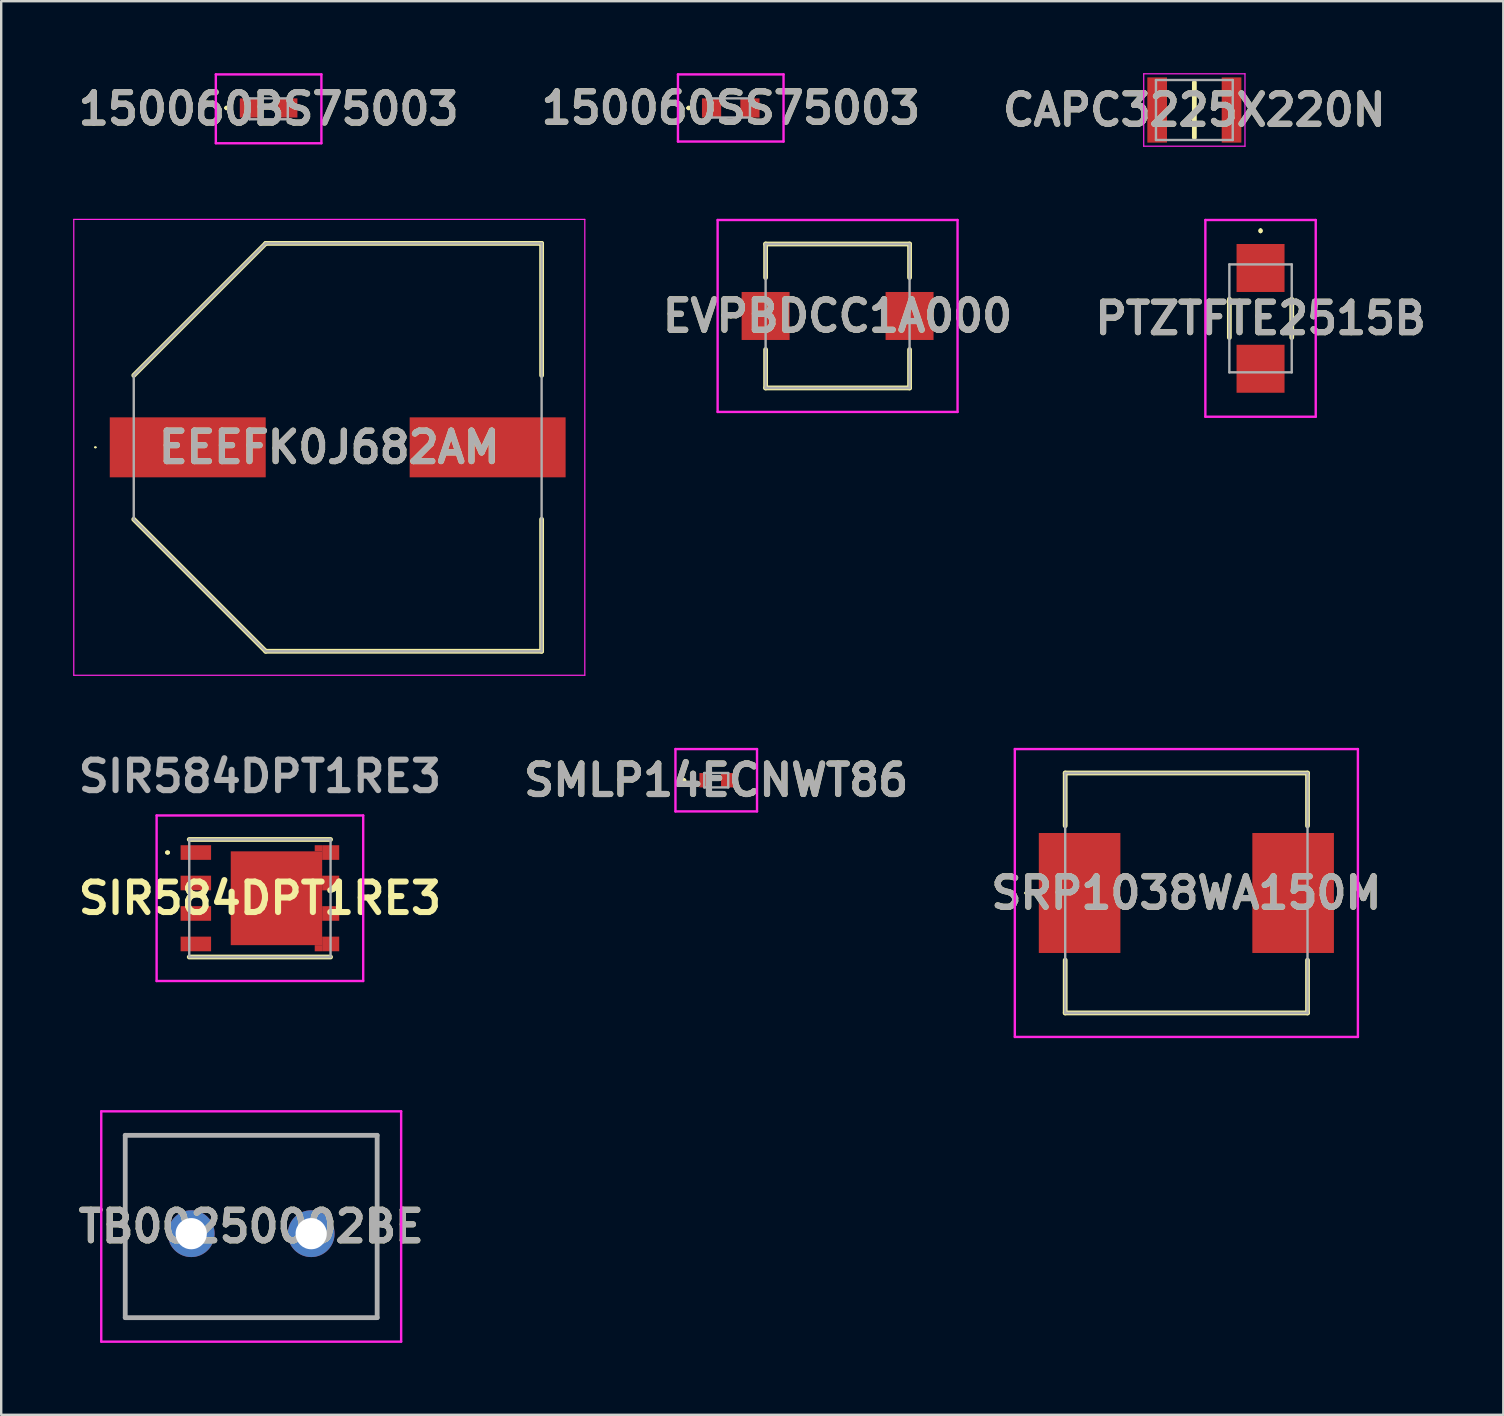
<source format=kicad_pcb>
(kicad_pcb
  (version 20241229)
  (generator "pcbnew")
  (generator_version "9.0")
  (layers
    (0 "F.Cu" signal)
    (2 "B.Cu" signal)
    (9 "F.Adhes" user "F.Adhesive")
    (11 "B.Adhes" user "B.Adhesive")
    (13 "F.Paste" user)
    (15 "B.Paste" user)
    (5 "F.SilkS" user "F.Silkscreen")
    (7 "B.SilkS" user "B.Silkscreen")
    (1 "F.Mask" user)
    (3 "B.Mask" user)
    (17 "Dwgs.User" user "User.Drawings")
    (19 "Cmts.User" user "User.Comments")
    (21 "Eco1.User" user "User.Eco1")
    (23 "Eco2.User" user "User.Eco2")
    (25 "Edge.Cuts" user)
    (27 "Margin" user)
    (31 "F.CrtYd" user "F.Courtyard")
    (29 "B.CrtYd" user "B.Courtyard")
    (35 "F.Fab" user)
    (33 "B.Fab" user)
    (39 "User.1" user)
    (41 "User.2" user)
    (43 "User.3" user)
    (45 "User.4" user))
  (footprint "SRP1038WA150M"
    (layer "F.Cu")
    (at 46.398 34.17)
    (property "Reference" "SRP1038WA150M" (at 0 0 0) (layer "F.SilkS") (effects (font (size 1.27 1.27) (thickness 0.254))))
    (attr smd)
    (fp_line (start -6.7 0) (end -6.7 0) (stroke (width 0.1) (type solid)) (layer "F.SilkS"))
    (fp_line (start -6.6 0) (end -6.6 0) (stroke (width 0.1) (type solid)) (layer "F.SilkS"))
    (fp_line (start -5.05 -5) (end 5.05 -5) (stroke (width 0.2) (type solid)) (layer "F.SilkS"))
    (fp_line (start -5.05 -2.8) (end -5.05 -5) (stroke (width 0.2) (type solid)) (layer "F.SilkS"))
    (fp_line (start -5.05 5) (end -5.05 2.8) (stroke (width 0.2) (type solid)) (layer "F.SilkS"))
    (fp_line (start 5.05 -5) (end 5.05 -2.8) (stroke (width 0.2) (type solid)) (layer "F.SilkS"))
    (fp_line (start 5.05 2.8) (end 5.05 5) (stroke (width 0.2) (type solid)) (layer "F.SilkS"))
    (fp_line (start 5.05 5) (end -5.05 5) (stroke (width 0.2) (type solid)) (layer "F.SilkS"))
    (fp_arc (start -6.7 0) (mid -6.65 -0.05) (end -6.6 0) (stroke (width 0.1) (type solid)) (layer "F.SilkS"))
    (fp_arc (start -6.6 0) (mid -6.65 0.05) (end -6.7 0) (stroke (width 0.1) (type solid)) (layer "F.SilkS"))
    (fp_line (start -7.15 -6) (end 7.15 -6) (stroke (width 0.1) (type solid)) (layer "F.CrtYd"))
    (fp_line (start -7.15 6) (end -7.15 -6) (stroke (width 0.1) (type solid)) (layer "F.CrtYd"))
    (fp_line (start 7.15 -6) (end 7.15 6) (stroke (width 0.1) (type solid)) (layer "F.CrtYd"))
    (fp_line (start 7.15 6) (end -7.15 6) (stroke (width 0.1) (type solid)) (layer "F.CrtYd"))
    (fp_line (start -5.05 -5) (end -5.05 5) (stroke (width 0.1) (type solid)) (layer "F.Fab"))
    (fp_line (start -5.05 5) (end 5.05 5) (stroke (width 0.1) (type solid)) (layer "F.Fab"))
    (fp_line (start 5.05 -5) (end -5.05 -5) (stroke (width 0.1) (type solid)) (layer "F.Fab"))
    (fp_line (start 5.05 5) (end 5.05 -5) (stroke (width 0.1) (type solid)) (layer "F.Fab"))
    (fp_text user "${REFERENCE}" (at 0 0 0) (layer "F.Fab") (effects (font (size 1.27 1.27) (thickness 0.254))))
    (pad "1" smd rect (at -4.45 0) (size 3.4 5) (layers "F.Cu" "F.Mask" "F.Paste"))
    (pad "2" smd rect (at 4.45 0) (size 3.4 5) (layers "F.Cu" "F.Mask" "F.Paste")))
  (footprint "SMLP14ECNWT86"
    (layer "F.Cu")
    (at 26.803 29.47)
    (property "Reference" "SMLP14ECNWT86" (at 0 0 0) (layer "F.SilkS") (effects (font (size 1.27 1.27) (thickness 0.254))))
    (attr smd)
    (fp_line (start -1.4 0) (end -1.4 0) (stroke (width 0.1) (type solid)) (layer "F.SilkS"))
    (fp_line (start -1.3 0) (end -1.3 0) (stroke (width 0.1) (type solid)) (layer "F.SilkS"))
    (fp_arc (start -1.4 0) (mid -1.35 -0.05) (end -1.3 0) (stroke (width 0.1) (type solid)) (layer "F.SilkS"))
    (fp_arc (start -1.3 0) (mid -1.35 0.05) (end -1.4 0) (stroke (width 0.1) (type solid)) (layer "F.SilkS"))
    (fp_line (start -1.7 -1.3) (end 1.7 -1.3) (stroke (width 0.1) (type solid)) (layer "F.CrtYd"))
    (fp_line (start -1.7 1.3) (end -1.7 -1.3) (stroke (width 0.1) (type solid)) (layer "F.CrtYd"))
    (fp_line (start 1.7 -1.3) (end 1.7 1.3) (stroke (width 0.1) (type solid)) (layer "F.CrtYd"))
    (fp_line (start 1.7 1.3) (end -1.7 1.3) (stroke (width 0.1) (type solid)) (layer "F.CrtYd"))
    (fp_line (start -0.5 -0.3) (end -0.5 0.3) (stroke (width 0.1) (type solid)) (layer "F.Fab"))
    (fp_line (start -0.5 0.3) (end 0.5 0.3) (stroke (width 0.1) (type solid)) (layer "F.Fab"))
    (fp_line (start 0.5 -0.3) (end -0.5 -0.3) (stroke (width 0.1) (type solid)) (layer "F.Fab"))
    (fp_line (start 0.5 0.3) (end 0.5 -0.3) (stroke (width 0.1) (type solid)) (layer "F.Fab"))
    (fp_text user "${REFERENCE}" (at 0 0 0) (layer "F.Fab") (effects (font (size 1.27 1.27) (thickness 0.254))))
    (pad "1" smd rect (at -0.45 0) (size 0.5 0.6) (layers "F.Cu" "F.Mask" "F.Paste"))
    (pad "2" smd rect (at 0.45 0) (size 0.5 0.6) (layers "F.Cu" "F.Mask" "F.Paste")))
  (footprint "PTZTFTE2515B"
    (layer "F.Cu")
    (at 49.49 10.22)
    (property "Reference" "PTZTFTE2515B" (at 0 0 0) (layer "F.SilkS") (effects (font (size 1.27 1.27) (thickness 0.254))))
    (attr smd)
    (fp_line (start -1.3 0.8) (end -1.3 -0.8) (stroke (width 0.2) (type solid)) (layer "F.SilkS"))
    (fp_line (start 0 -3.7) (end 0 -3.7) (stroke (width 0.1) (type solid)) (layer "F.SilkS"))
    (fp_line (start 0 -3.6) (end 0 -3.6) (stroke (width 0.1) (type solid)) (layer "F.SilkS"))
    (fp_line (start 1.3 0.8) (end 1.3 -0.8) (stroke (width 0.2) (type solid)) (layer "F.SilkS"))
    (fp_arc (start 0 -3.7) (mid 0.05 -3.65) (end 0 -3.6) (stroke (width 0.1) (type solid)) (layer "F.SilkS"))
    (fp_arc (start 0 -3.6) (mid -0.05 -3.65) (end 0 -3.7) (stroke (width 0.1) (type solid)) (layer "F.SilkS"))
    (fp_line (start -2.3 -4.1) (end 2.3 -4.1) (stroke (width 0.1) (type solid)) (layer "F.CrtYd"))
    (fp_line (start -2.3 4.1) (end -2.3 -4.1) (stroke (width 0.1) (type solid)) (layer "F.CrtYd"))
    (fp_line (start 2.3 -4.1) (end 2.3 4.1) (stroke (width 0.1) (type solid)) (layer "F.CrtYd"))
    (fp_line (start 2.3 4.1) (end -2.3 4.1) (stroke (width 0.1) (type solid)) (layer "F.CrtYd"))
    (fp_line (start -1.3 -2.25) (end -1.3 2.25) (stroke (width 0.1) (type solid)) (layer "F.Fab"))
    (fp_line (start -1.3 2.25) (end 1.3 2.25) (stroke (width 0.1) (type solid)) (layer "F.Fab"))
    (fp_line (start 1.3 -2.25) (end -1.3 -2.25) (stroke (width 0.1) (type solid)) (layer "F.Fab"))
    (fp_line (start 1.3 2.25) (end 1.3 -2.25) (stroke (width 0.1) (type solid)) (layer "F.Fab"))
    (fp_text user "${REFERENCE}" (at 0 0 0) (layer "F.Fab") (effects (font (size 1.27 1.27) (thickness 0.254))))
    (pad "1" smd rect (at 0 -2.1 90) (size 2 2) (layers "F.Cu" "F.Mask" "F.Paste"))
    (pad "2" smd rect (at 0 2.1 90) (size 2 2) (layers "F.Cu" "F.Mask" "F.Paste")))
  (footprint "150060SS75003"
    (layer "F.Cu")
    (at 27.408 1.45)
    (property "Reference" "150060SS75003" (at 0 0 0) (layer "F.SilkS") (effects (font (size 1.27 1.27) (thickness 0.254))))
    (attr smd)
    (fp_line (start -1.8 0) (end -1.8 0) (stroke (width 0.1) (type solid)) (layer "F.SilkS"))
    (fp_line (start -1.7 0) (end -1.7 0) (stroke (width 0.1) (type solid)) (layer "F.SilkS"))
    (fp_arc (start -1.8 0) (mid -1.75 -0.05) (end -1.7 0) (stroke (width 0.1) (type solid)) (layer "F.SilkS"))
    (fp_arc (start -1.7 0) (mid -1.75 0.05) (end -1.8 0) (stroke (width 0.1) (type solid)) (layer "F.SilkS"))
    (fp_line (start -2.2 -1.4) (end 2.2 -1.4) (stroke (width 0.1) (type solid)) (layer "F.CrtYd"))
    (fp_line (start -2.2 1.4) (end -2.2 -1.4) (stroke (width 0.1) (type solid)) (layer "F.CrtYd"))
    (fp_line (start 2.2 -1.4) (end 2.2 1.4) (stroke (width 0.1) (type solid)) (layer "F.CrtYd"))
    (fp_line (start 2.2 1.4) (end -2.2 1.4) (stroke (width 0.1) (type solid)) (layer "F.CrtYd"))
    (fp_line (start -0.8 -0.4) (end 0.8 -0.4) (stroke (width 0.1) (type solid)) (layer "F.Fab"))
    (fp_line (start -0.8 0.4) (end -0.8 -0.4) (stroke (width 0.1) (type solid)) (layer "F.Fab"))
    (fp_line (start 0.8 -0.4) (end 0.8 0.4) (stroke (width 0.1) (type solid)) (layer "F.Fab"))
    (fp_line (start 0.8 0.4) (end -0.8 0.4) (stroke (width 0.1) (type solid)) (layer "F.Fab"))
    (fp_text user "${REFERENCE}" (at 0 0 0) (layer "F.Fab") (effects (font (size 1.27 1.27) (thickness 0.254))))
    (pad "1" smd rect (at -0.8 0) (size 0.8 0.8) (layers "F.Cu" "F.Mask" "F.Paste"))
    (pad "2" smd rect (at 0.8 0) (size 0.8 0.8) (layers "F.Cu" "F.Mask" "F.Paste")))
  (footprint "150060BS75003"
    (layer "F.Cu")
    (at 8.146 1.45)
    (property "Reference" "150060BS75003" (at 0 0.035 0) (layer "F.SilkS") (effects (font (size 1.27 1.27) (thickness 0.254))))
    (attr smd)
    (fp_line (start -1.8 0) (end -1.8 0) (stroke (width 0.1) (type solid)) (layer "F.SilkS"))
    (fp_line (start -1.7 0) (end -1.7 0) (stroke (width 0.1) (type solid)) (layer "F.SilkS"))
    (fp_arc (start -1.8 0) (mid -1.75 -0.05) (end -1.7 0) (stroke (width 0.1) (type solid)) (layer "F.SilkS"))
    (fp_arc (start -1.7 0) (mid -1.75 0.05) (end -1.8 0) (stroke (width 0.1) (type solid)) (layer "F.SilkS"))
    (fp_line (start -2.2 -1.4) (end 2.2 -1.4) (stroke (width 0.1) (type solid)) (layer "F.CrtYd"))
    (fp_line (start -2.2 1.47) (end -2.2 -1.4) (stroke (width 0.1) (type solid)) (layer "F.CrtYd"))
    (fp_line (start 2.2 -1.4) (end 2.2 1.47) (stroke (width 0.1) (type solid)) (layer "F.CrtYd"))
    (fp_line (start 2.2 1.47) (end -2.2 1.47) (stroke (width 0.1) (type solid)) (layer "F.CrtYd"))
    (fp_line (start -0.8 -0.4) (end 0.8 -0.4) (stroke (width 0.1) (type solid)) (layer "F.Fab"))
    (fp_line (start -0.8 0.47) (end -0.8 -0.4) (stroke (width 0.1) (type solid)) (layer "F.Fab"))
    (fp_line (start 0.8 -0.4) (end 0.8 0.47) (stroke (width 0.1) (type solid)) (layer "F.Fab"))
    (fp_line (start 0.8 0.47) (end -0.8 0.47) (stroke (width 0.1) (type solid)) (layer "F.Fab"))
    (fp_text user "${REFERENCE}" (at 0 0.035 0) (layer "F.Fab") (effects (font (size 1.27 1.27) (thickness 0.254))))
    (pad "1" smd rect (at -0.8 0 90) (size 0.8 0.8) (layers "F.Cu" "F.Mask" "F.Paste"))
    (pad "2" smd rect (at 0.8 0 90) (size 0.8 0.8) (layers "F.Cu" "F.Mask" "F.Paste")))
  (footprint "EEEFK0J682AM"
    (layer "F.Cu")
    (at 11.025 15.595)
    (property "Reference" "EEEFK0J682AM" (at -0.35 0 0) (layer "F.SilkS") (effects (font (size 1.27 1.27) (thickness 0.254))))
    (attr smd)
    (fp_line (start -10.125 0) (end -10.125 0) (stroke (width 0.05) (type solid)) (layer "F.SilkS"))
    (fp_line (start -10.075 0) (end -10.075 0) (stroke (width 0.05) (type solid)) (layer "F.SilkS"))
    (fp_line (start -8.5 -3) (end -3 -8.5) (stroke (width 0.2) (type solid)) (layer "F.SilkS"))
    (fp_line (start -8.5 3) (end -3 8.5) (stroke (width 0.2) (type solid)) (layer "F.SilkS"))
    (fp_line (start -3 -8.5) (end 8.5 -8.5) (stroke (width 0.2) (type solid)) (layer "F.SilkS"))
    (fp_line (start -3 8.5) (end 8.5 8.5) (stroke (width 0.2) (type solid)) (layer "F.SilkS"))
    (fp_line (start 8.5 -8.5) (end 8.5 -3) (stroke (width 0.2) (type solid)) (layer "F.SilkS"))
    (fp_line (start 8.5 8.5) (end 8.5 3) (stroke (width 0.2) (type solid)) (layer "F.SilkS"))
    (fp_arc (start -10.125 0) (mid -10.1 -0.025) (end -10.075 0) (stroke (width 0.05) (type solid)) (layer "F.SilkS"))
    (fp_arc (start -10.075 0) (mid -10.1 0.025) (end -10.125 0) (stroke (width 0.05) (type solid)) (layer "F.SilkS"))
    (fp_line (start -11 -9.5) (end 10.3 -9.5) (stroke (width 0.05) (type solid)) (layer "F.CrtYd"))
    (fp_line (start -11 9.5) (end -11 -9.5) (stroke (width 0.05) (type solid)) (layer "F.CrtYd"))
    (fp_line (start 10.3 -9.5) (end 10.3 9.5) (stroke (width 0.05) (type solid)) (layer "F.CrtYd"))
    (fp_line (start 10.3 9.5) (end -11 9.5) (stroke (width 0.05) (type solid)) (layer "F.CrtYd"))
    (fp_line (start -8.5 -3) (end -3 -8.5) (stroke (width 0.1) (type solid)) (layer "F.Fab"))
    (fp_line (start -8.5 -3) (end -3 -8.5) (stroke (width 0.1) (type solid)) (layer "F.Fab"))
    (fp_line (start -8.5 3) (end -8.5 -3) (stroke (width 0.1) (type solid)) (layer "F.Fab"))
    (fp_line (start -3 -8.5) (end 8.5 -8.5) (stroke (width 0.1) (type solid)) (layer "F.Fab"))
    (fp_line (start -3 8.5) (end -8.5 3) (stroke (width 0.1) (type solid)) (layer "F.Fab"))
    (fp_line (start 8.5 -8.5) (end 8.5 8.5) (stroke (width 0.1) (type solid)) (layer "F.Fab"))
    (fp_line (start 8.5 8.5) (end -3 8.5) (stroke (width 0.1) (type solid)) (layer "F.Fab"))
    (fp_text user "${REFERENCE}" (at -0.35 0 0) (layer "F.Fab") (effects (font (size 1.27 1.27) (thickness 0.254))))
    (pad "1" smd rect (at -6.25 0 90) (size 2.5 6.5) (layers "F.Cu" "F.Mask" "F.Paste"))
    (pad "2" smd rect (at 6.25 0 90) (size 2.5 6.5) (layers "F.Cu" "F.Mask" "F.Paste")))
  (footprint "TB00250002BE"
    (layer "F.Cu")
    (at 4.92 48.37)
    (property "Reference" "TB00250002BE" (at 2.5 -0.3 0) (layer "F.SilkS") (effects (font (size 1.27 1.27) (thickness 0.254))))
    (attr through_hole)
    (fp_line (start -2.75 -4.1) (end 7.75 -4.1) (stroke (width 0.1) (type solid)) (layer "F.SilkS"))
    (fp_line (start -2.75 3.5) (end -2.75 -4.1) (stroke (width 0.1) (type solid)) (layer "F.SilkS"))
    (fp_line (start 7.75 -4.1) (end 7.75 3.5) (stroke (width 0.1) (type solid)) (layer "F.SilkS"))
    (fp_line (start 7.75 3.5) (end -2.75 3.5) (stroke (width 0.1) (type solid)) (layer "F.SilkS"))
    (fp_line (start -3.75 -5.1) (end 8.75 -5.1) (stroke (width 0.1) (type solid)) (layer "F.CrtYd"))
    (fp_line (start -3.75 4.5) (end -3.75 -5.1) (stroke (width 0.1) (type solid)) (layer "F.CrtYd"))
    (fp_line (start 8.75 -5.1) (end 8.75 4.5) (stroke (width 0.1) (type solid)) (layer "F.CrtYd"))
    (fp_line (start 8.75 4.5) (end -3.75 4.5) (stroke (width 0.1) (type solid)) (layer "F.CrtYd"))
    (fp_line (start -2.75 -4.1) (end 7.75 -4.1) (stroke (width 0.2) (type solid)) (layer "F.Fab"))
    (fp_line (start -2.75 3.5) (end -2.75 -4.1) (stroke (width 0.2) (type solid)) (layer "F.Fab"))
    (fp_line (start 7.75 -4.1) (end 7.75 3.5) (stroke (width 0.2) (type solid)) (layer "F.Fab"))
    (fp_line (start 7.75 3.5) (end -2.75 3.5) (stroke (width 0.2) (type solid)) (layer "F.Fab"))
    (fp_text user "${REFERENCE}" (at 2.5 -0.3 0) (layer "F.Fab") (effects (font (size 1.27 1.27) (thickness 0.254))))
    (pad "1" thru_hole circle (at 0 0) (size 1.95 1.95) (drill 1.3) (layers "*.Cu" "*.Mask"))
    (pad "2" thru_hole circle (at 5 0) (size 1.95 1.95) (drill 1.3) (layers "*.Cu" "*.Mask")))
  (footprint "SIR584DPT1RE3"
    (layer "F.Cu")
    (at 7.783 34.389)
    (property "Reference" "SIR584DPT1RE3" (at 0 0 0) (layer "F.SilkS") (effects (font (size 1.27 1.27) (thickness 0.254))))
    (attr smd)
    (fp_line (start -3.9 -1.905) (end -3.9 -1.905) (stroke (width 0.1) (type solid)) (layer "F.SilkS"))
    (fp_line (start -3.8 -1.905) (end -3.8 -1.905) (stroke (width 0.1) (type solid)) (layer "F.SilkS"))
    (fp_line (start -2.945 -2.45) (end 2.945 -2.45) (stroke (width 0.2) (type solid)) (layer "F.SilkS"))
    (fp_line (start -2.945 2.45) (end 2.945 2.45) (stroke (width 0.2) (type solid)) (layer "F.SilkS"))
    (fp_arc (start -3.9 -1.905) (mid -3.85 -1.955) (end -3.8 -1.905) (stroke (width 0.1) (type solid)) (layer "F.SilkS"))
    (fp_arc (start -3.8 -1.905) (mid -3.85 -1.855) (end -3.9 -1.905) (stroke (width 0.1) (type solid)) (layer "F.SilkS"))
    (fp_line (start -4.305 -3.45) (end 4.305 -3.45) (stroke (width 0.1) (type solid)) (layer "F.CrtYd"))
    (fp_line (start -4.305 3.45) (end -4.305 -3.45) (stroke (width 0.1) (type solid)) (layer "F.CrtYd"))
    (fp_line (start 4.305 -3.45) (end 4.305 3.45) (stroke (width 0.1) (type solid)) (layer "F.CrtYd"))
    (fp_line (start 4.305 3.45) (end -4.305 3.45) (stroke (width 0.1) (type solid)) (layer "F.CrtYd"))
    (fp_line (start -2.945 -2.45) (end 2.945 -2.45) (stroke (width 0.1) (type solid)) (layer "F.Fab"))
    (fp_line (start -2.945 2.45) (end -2.945 -2.45) (stroke (width 0.1) (type solid)) (layer "F.Fab"))
    (fp_line (start 2.945 -2.45) (end 2.945 2.45) (stroke (width 0.1) (type solid)) (layer "F.Fab"))
    (fp_line (start 2.945 2.45) (end -2.945 2.45) (stroke (width 0.1) (type solid)) (layer "F.Fab"))
    (fp_text user "${REFERENCE}" (at 0 -5.08 0) (layer "F.Fab") (effects (font (size 1.27 1.27) (thickness 0.254))))
    (pad "1" smd rect (at -2.67 -1.905 90) (size 0.61 1.27) (layers "F.Cu" "F.Mask" "F.Paste"))
    (pad "2" smd rect (at -2.67 -0.635 90) (size 0.61 1.27) (layers "F.Cu" "F.Mask" "F.Paste"))
    (pad "3" smd rect (at -2.67 0.635 90) (size 0.61 1.27) (layers "F.Cu" "F.Mask" "F.Paste"))
    (pad "4" smd rect (at -2.67 1.905 90) (size 0.61 1.27) (layers "F.Cu" "F.Mask" "F.Paste"))
    (pad "5" smd rect (at 2.95 1.905 90) (size 0.61 0.71) (layers "F.Cu" "F.Mask" "F.Paste"))
    (pad "6" smd rect (at 2.95 0.635 90) (size 0.61 0.71) (layers "F.Cu" "F.Mask" "F.Paste"))
    (pad "7" smd rect (at 2.95 -0.635 90) (size 0.61 0.71) (layers "F.Cu" "F.Mask" "F.Paste"))
    (pad "8" smd rect (at 2.95 -1.905 90) (size 0.61 0.71) (layers "F.Cu" "F.Mask" "F.Paste"))
    (pad "9" smd rect (at 0.69 0) (size 3.81 3.91) (layers "F.Cu" "F.Mask" "F.Paste"))
    (pad "10" smd rect (at 2.44 2.083 90) (size 0.255 0.31) (layers "F.Cu" "F.Mask" "F.Paste"))
    (pad "11" smd rect (at 2.44 -2.083 90) (size 0.255 0.31) (layers "F.Cu" "F.Mask" "F.Paste")))
  (footprint "CAPC3225X220N"
    (layer "F.Cu")
    (at 46.731 1.535)
    (property "Reference" "CAPC3225X220N" (at 0 0 0) (layer "F.SilkS") (effects (font (size 1.27 1.27) (thickness 0.254))))
    (attr smd)
    (fp_line (start 0 -1.15) (end 0 1.15) (stroke (width 0.2) (type solid)) (layer "F.SilkS"))
    (fp_line (start -2.11 -1.51) (end 2.11 -1.51) (stroke (width 0.05) (type solid)) (layer "F.CrtYd"))
    (fp_line (start -2.11 1.51) (end -2.11 -1.51) (stroke (width 0.05) (type solid)) (layer "F.CrtYd"))
    (fp_line (start 2.11 -1.51) (end 2.11 1.51) (stroke (width 0.05) (type solid)) (layer "F.CrtYd"))
    (fp_line (start 2.11 1.51) (end -2.11 1.51) (stroke (width 0.05) (type solid)) (layer "F.CrtYd"))
    (fp_line (start -1.6 -1.25) (end 1.6 -1.25) (stroke (width 0.1) (type solid)) (layer "F.Fab"))
    (fp_line (start -1.6 1.25) (end -1.6 -1.25) (stroke (width 0.1) (type solid)) (layer "F.Fab"))
    (fp_line (start 1.6 -1.25) (end 1.6 1.25) (stroke (width 0.1) (type solid)) (layer "F.Fab"))
    (fp_line (start 1.6 1.25) (end -1.6 1.25) (stroke (width 0.1) (type solid)) (layer "F.Fab"))
    (fp_text user "${REFERENCE}" (at 0 0 0) (layer "F.Fab") (effects (font (size 1.27 1.27) (thickness 0.254))))
    (pad "1" smd rect (at -1.55 0) (size 0.82 2.72) (layers "F.Cu" "F.Mask" "F.Paste"))
    (pad "2" smd rect (at 1.55 0) (size 0.82 2.72) (layers "F.Cu" "F.Mask" "F.Paste")))
  (footprint "EVPBDCC1A000"
    (layer "F.Cu")
    (at 31.861 10.12)
    (property "Reference" "EVPBDCC1A000" (at 0 0 0) (layer "F.SilkS") (effects (font (size 1.27 1.27) (thickness 0.254))))
    (attr smd)
    (fp_line (start -4.5 0) (end -4.5 0) (stroke (width 0.1) (type solid)) (layer "F.SilkS"))
    (fp_line (start -4.5 0) (end -4.5 0) (stroke (width 0.1) (type solid)) (layer "F.SilkS"))
    (fp_line (start -4.4 0) (end -4.4 0) (stroke (width 0.1) (type solid)) (layer "F.SilkS"))
    (fp_line (start -3 -3) (end 3 -3) (stroke (width 0.2) (type solid)) (layer "F.SilkS"))
    (fp_line (start -3 -1.6) (end -3 -3) (stroke (width 0.2) (type solid)) (layer "F.SilkS"))
    (fp_line (start -3 1.4) (end -3 3) (stroke (width 0.2) (type solid)) (layer "F.SilkS"))
    (fp_line (start -3 3) (end 3 3) (stroke (width 0.2) (type solid)) (layer "F.SilkS"))
    (fp_line (start 3 -3) (end 3 -1.6) (stroke (width 0.2) (type solid)) (layer "F.SilkS"))
    (fp_line (start 3 3) (end 3 1.4) (stroke (width 0.2) (type solid)) (layer "F.SilkS"))
    (fp_arc (start -4.5 0) (mid -4.45 -0.05) (end -4.4 0) (stroke (width 0.1) (type solid)) (layer "F.SilkS"))
    (fp_arc (start -4.4 0) (mid -4.45 0.05) (end -4.5 0) (stroke (width 0.1) (type solid)) (layer "F.SilkS"))
    (fp_arc (start -4.4 0) (mid -4.45 0.05) (end -4.5 0) (stroke (width 0.1) (type solid)) (layer "F.SilkS"))
    (fp_line (start -5 -4) (end 5 -4) (stroke (width 0.1) (type solid)) (layer "F.CrtYd"))
    (fp_line (start -5 4) (end -5 -4) (stroke (width 0.1) (type solid)) (layer "F.CrtYd"))
    (fp_line (start 5 -4) (end 5 4) (stroke (width 0.1) (type solid)) (layer "F.CrtYd"))
    (fp_line (start 5 4) (end -5 4) (stroke (width 0.1) (type solid)) (layer "F.CrtYd"))
    (fp_line (start -3 -3) (end -3 3) (stroke (width 0.1) (type solid)) (layer "F.Fab"))
    (fp_line (start -3 3) (end 3 3) (stroke (width 0.1) (type solid)) (layer "F.Fab"))
    (fp_line (start 3 -3) (end -3 -3) (stroke (width 0.1) (type solid)) (layer "F.Fab"))
    (fp_line (start 3 3) (end 3 -3) (stroke (width 0.1) (type solid)) (layer "F.Fab"))
    (fp_text user "${REFERENCE}" (at 0 0 0) (layer "F.Fab") (effects (font (size 1.27 1.27) (thickness 0.254))))
    (pad "A1" smd rect (at -3 0) (size 2 2) (layers "F.Cu" "F.Mask" "F.Paste"))
    (pad "B1" smd rect (at 3 0) (size 2 2) (layers "F.Cu" "F.Mask" "F.Paste")))
  (gr_rect
    (start -3 -3)
    (end 59.608 55.92)
    (stroke (width 0.1) (type default))
    (fill no)
    (layer "Edge.Cuts")))
</source>
